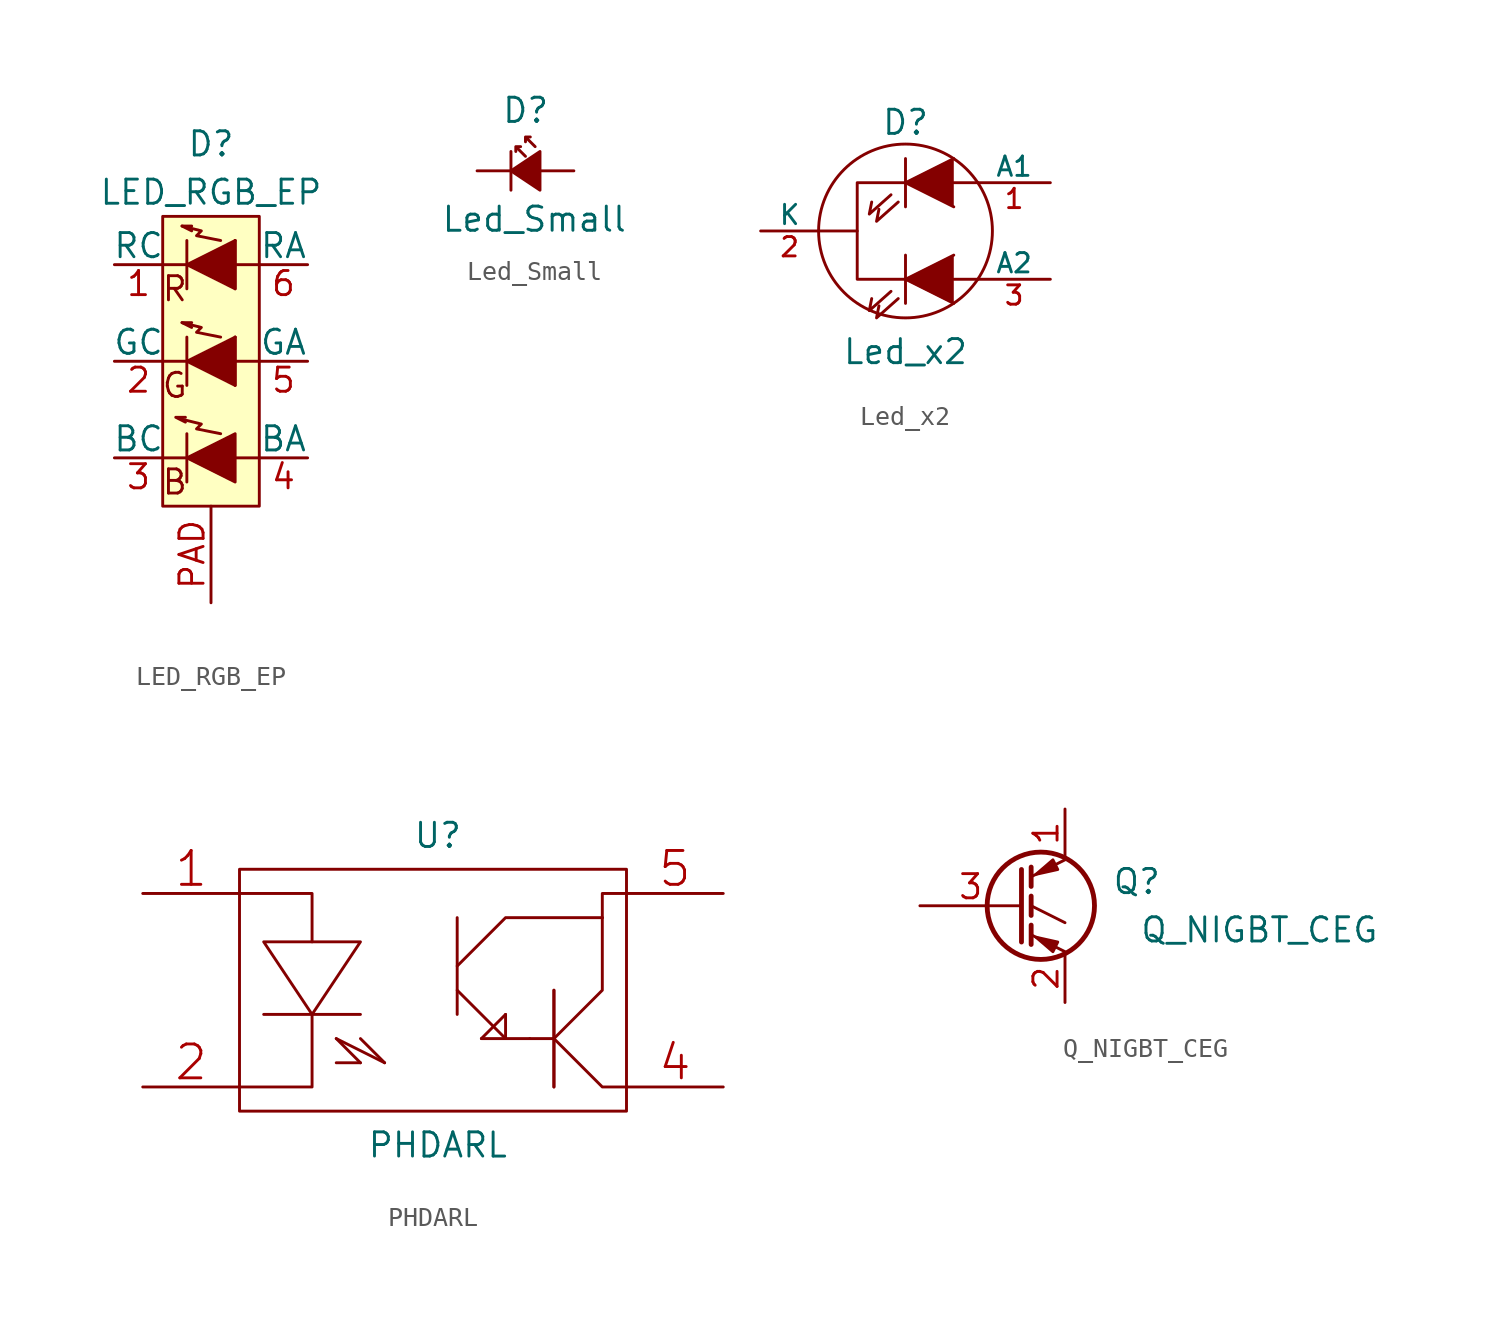
<source format=kicad_sym>
(kicad_symbol_lib
  (version 20211014)
  (generator kicad_symbol_editor)
  (symbol "LED_RGB_EP"
    (pin_names
      (offset 0))
    (property "Reference" "D"
      (at 0 11.43 0)
      (effects (font (size 1.27 1.27))))
    (property "Value" "LED_RGB_EP"
      (at 0 8.89 0)
      (effects (font (size 1.27 1.27))))
    (property "Footprint" ""
      (at 0 -1.27 0)
      (effects (font (size 1.27 1.27))))
    (property "Datasheet" ""
      (at 0 -1.27 0)
      (effects (font (size 1.27 1.27))))
    (symbol "LED_RGB_EP_0_0"
      (text "B" (at -1.905 -6.35 0) (effects (font (size 1.27 1.27))))
      (text "G" (at -1.905 -1.27 0) (effects (font (size 1.27 1.27))))
      (text "R" (at -1.905 3.81 0) (effects (font (size 1.27 1.27)))))
    (symbol "LED_RGB_EP_0_1"
      (polyline (pts (xy -1.27 -5.08) (xy -2.54 -5.08)) (stroke (width 0) (type default) (color 0 0 0 0)) (fill (type none)))
      (polyline (pts (xy -1.27 -3.81) (xy -1.27 -6.35)) (stroke (width 0) (type default) (color 0 0 0 0)) (fill (type none)))
      (polyline (pts (xy -1.27 0) (xy -2.54 0)) (stroke (width 0) (type default) (color 0 0 0 0)) (fill (type none)))
      (polyline (pts (xy -1.27 5.08) (xy -2.54 5.08)) (stroke (width 0) (type default) (color 0 0 0 0)) (fill (type none)))
      (polyline (pts (xy 1.27 -5.08) (xy 2.54 -5.08)) (stroke (width 0) (type default) (color 0 0 0 0)) (fill (type none)))
      (polyline (pts (xy 1.27 5.08) (xy 2.54 5.08)) (stroke (width 0) (type default) (color 0 0 0 0)) (fill (type none)))
      (polyline (pts (xy 2.54 0) (xy 1.27 0)) (stroke (width 0) (type default) (color 0 0 0 0)) (fill (type none)))
      (polyline (pts (xy -1.27 1.27) (xy -1.27 -1.27) (xy -1.27 -1.27)) (stroke (width 0) (type default) (color 0 0 0 0)) (fill (type none)))
      (polyline (pts (xy -1.27 6.35) (xy -1.27 3.81) (xy -1.27 3.81)) (stroke (width 0) (type default) (color 0 0 0 0)) (fill (type none)))
      (polyline (pts (xy -1.346 -2.946) (xy -1.854 -2.946) (xy -1.346 -3.2) (xy -1.346 -3.2)) (stroke (width 0) (type default) (color 0 0 0 0)) (fill (type none)))
      (polyline (pts (xy -1.016 2.032) (xy -1.524 2.032) (xy -1.016 1.778) (xy -1.016 1.778)) (stroke (width 0) (type default) (color 0 0 0 0)) (fill (type none)))
      (polyline (pts (xy -1.016 7.112) (xy -1.524 7.112) (xy -1.016 6.858) (xy -1.016 6.858)) (stroke (width 0) (type default) (color 0 0 0 0)) (fill (type none)))
      (polyline (pts (xy 0.508 -3.81) (xy -0.762 -3.556) (xy -0.508 -3.302) (xy -1.524 -3.048) (xy -1.524 -3.048)) (stroke (width 0) (type default) (color 0 0 0 0)) (fill (type none)))
      (polyline (pts (xy 1.27 -3.81) (xy 1.27 -6.35) (xy -1.27 -5.08) (xy 1.27 -3.81) (xy 1.27 -3.81)) (stroke (width 0) (type default) (color 0 0 0 0)) (fill (type outline)))
      (polyline (pts (xy 0.508 1.27) (xy -0.762 1.524) (xy -0.508 1.778) (xy -1.524 2.032) (xy -1.524 2.032) (xy -1.524 2.032)) (stroke (width 0) (type default) (color 0 0 0 0)) (fill (type none)))
      (polyline (pts (xy 0.508 6.35) (xy -0.762 6.604) (xy -0.508 6.858) (xy -1.524 7.112) (xy -1.524 7.112) (xy -1.524 7.112)) (stroke (width 0) (type default) (color 0 0 0 0)) (fill (type none)))
      (polyline (pts (xy 1.27 1.27) (xy 1.27 -1.27) (xy -1.27 0) (xy 1.27 1.27) (xy 1.27 1.27) (xy 1.27 1.27)) (stroke (width 0) (type default) (color 0 0 0 0)) (fill (type outline)))
      (polyline (pts (xy 1.27 6.35) (xy 1.27 3.81) (xy -1.27 5.08) (xy 1.27 6.35) (xy 1.27 6.35) (xy 1.27 6.35)) (stroke (width 0) (type default) (color 0 0 0 0)) (fill (type outline)))
      (rectangle (start 1.27 -1.27) (end 1.27 1.27) (stroke (width 0) (type default) (color 0 0 0 0)) (fill (type none)))
      (rectangle (start 1.27 1.27) (end 1.27 1.27) (stroke (width 0) (type default) (color 0 0 0 0)) (fill (type none)))
      (rectangle (start 1.27 3.81) (end 1.27 6.35) (stroke (width 0) (type default) (color 0 0 0 0)) (fill (type none)))
      (rectangle (start 1.27 6.35) (end 1.27 6.35) (stroke (width 0) (type default) (color 0 0 0 0)) (fill (type none)))
      (rectangle (start 2.54 7.62) (end -2.54 -7.62) (stroke (width 0) (type default) (color 0 0 0 0)) (fill (type background))))
    (symbol "LED_RGB_EP_1_1"
      (pin passive line (at -5.08 5.08 0) (length 2.54) (name "RC" (effects (font (size 1.27 1.27)))) (number "1" (effects (font (size 1.27 1.27)))))
      (pin passive line (at -5.08 0 0) (length 2.54) (name "GC" (effects (font (size 1.27 1.27)))) (number "2" (effects (font (size 1.27 1.27)))))
      (pin passive line (at -5.08 -5.08 0) (length 2.54) (name "BC" (effects (font (size 1.27 1.27)))) (number "3" (effects (font (size 1.27 1.27)))))
      (pin passive line (at 5.08 -5.08 180) (length 2.54) (name "BA" (effects (font (size 1.27 1.27)))) (number "4" (effects (font (size 1.27 1.27)))))
      (pin passive line (at 5.08 0 180) (length 2.54) (name "GA" (effects (font (size 1.27 1.27)))) (number "5" (effects (font (size 1.27 1.27)))))
      (pin passive line (at 5.08 5.08 180) (length 2.54) (name "RA" (effects (font (size 1.27 1.27)))) (number "6" (effects (font (size 1.27 1.27)))))
      (pin passive line (at 0 -12.7 90) (length 5.08) (name "~" (effects (font (size 1.27 1.27)))) (number "PAD" (effects (font (size 1.27 1.27)))))))
  (symbol "Led_Small"
    (pin_numbers hide)
    (pin_names
      (offset 0.254) hide)
    (property "Reference" "D"
      (at -1.27 3.175 0)
      (effects (font (size 1.27 1.27)) (justify left)))
    (property "Value" "Led_Small"
      (at -4.445 -2.54 0)
      (effects (font (size 1.27 1.27)) (justify left)))
    (property "Footprint" ""
      (at 0 0 90)
      (effects (font (size 1.524 1.524))))
    (property "Datasheet" ""
      (at 0 0 90)
      (effects (font (size 1.524 1.524))))
    (symbol "Led_Small_0_1"
      (polyline (pts (xy -0.762 -1.016) (xy -0.762 1.016)) (stroke (width 0) (type default) (color 0 0 0 0)) (fill (type none)))
      (polyline (pts (xy 0.762 -1.016) (xy -0.762 0) (xy 0.762 1.016) (xy 0.762 -1.016)) (stroke (width 0) (type default) (color 0 0 0 0)) (fill (type outline)))
      (polyline (pts (xy 0 0.762) (xy -0.508 1.27) (xy -0.254 1.27) (xy -0.508 1.27) (xy -0.508 1.016)) (stroke (width 0) (type default) (color 0 0 0 0)) (fill (type none)))
      (polyline (pts (xy 0.508 1.27) (xy 0 1.778) (xy 0.254 1.778) (xy 0 1.778) (xy 0 1.524)) (stroke (width 0) (type default) (color 0 0 0 0)) (fill (type none))))
    (symbol "Led_Small_1_1"
      (pin passive line (at -2.54 0 0) (length 1.778) (name "K" (effects (font (size 1.016 1.016)))) (number "1" (effects (font (size 1.016 1.016)))))
      (pin passive line (at 2.54 0 180) (length 1.778) (name "A" (effects (font (size 1.016 1.016)))) (number "2" (effects (font (size 1.016 1.016)))))))
  (symbol "Led_x2"
    (pin_names
      (offset 0))
    (property "Reference" "D"
      (at 0 5.715 0)
      (effects (font (size 1.27 1.27))))
    (property "Value" "Led_x2"
      (at 0 -6.35 0)
      (effects (font (size 1.27 1.27))))
    (property "Footprint" ""
      (at 0 0 0)
      (effects (font (size 1.524 1.524))))
    (property "Datasheet" ""
      (at 0 0 0)
      (effects (font (size 1.524 1.524))))
    (symbol "Led_x2_0_1"
      (polyline (pts (xy -4.572 0) (xy -2.54 0)) (stroke (width 0) (type default) (color 0 0 0 0)) (fill (type none)))
      (polyline (pts (xy 0 -1.27) (xy 0 -3.81)) (stroke (width 0) (type default) (color 0 0 0 0)) (fill (type none)))
      (polyline (pts (xy 0 3.81) (xy 0 1.27)) (stroke (width 0) (type default) (color 0 0 0 0)) (fill (type none)))
      (polyline (pts (xy 3.81 -2.54) (xy 2.54 -2.54)) (stroke (width 0) (type default) (color 0 0 0 0)) (fill (type none)))
      (polyline (pts (xy 3.81 2.54) (xy 2.54 2.54)) (stroke (width 0) (type default) (color 0 0 0 0)) (fill (type none)))
      (polyline (pts (xy -0.762 -3.175) (xy -1.905 -4.191) (xy -1.778 -3.556)) (stroke (width 0) (type default) (color 0 0 0 0)) (fill (type none)))
      (polyline (pts (xy -0.762 1.905) (xy -1.905 0.889) (xy -1.778 1.524)) (stroke (width 0) (type default) (color 0 0 0 0)) (fill (type none)))
      (polyline (pts (xy -0.381 -3.556) (xy -1.524 -4.572) (xy -1.397 -3.937)) (stroke (width 0) (type default) (color 0 0 0 0)) (fill (type none)))
      (polyline (pts (xy -0.381 1.524) (xy -1.524 0.508) (xy -1.397 1.143)) (stroke (width 0) (type default) (color 0 0 0 0)) (fill (type none)))
      (polyline (pts (xy 2.54 -1.27) (xy 0 -2.54) (xy 2.54 -3.81)) (stroke (width 0) (type default) (color 0 0 0 0)) (fill (type outline)))
      (polyline (pts (xy 2.54 3.81) (xy 0 2.54) (xy 2.54 1.27)) (stroke (width 0) (type default) (color 0 0 0 0)) (fill (type outline)))
      (polyline (pts (xy 0 2.54) (xy -2.54 2.54) (xy -2.54 -2.54) (xy 0 -2.54)) (stroke (width 0) (type default) (color 0 0 0 0)) (fill (type none)))
      (circle (center 0 0) (radius 4.572) (stroke (width 0) (type default) (color 0 0 0 0)) (fill (type none))))
    (symbol "Led_x2_1_1"
      (pin input line (at 7.62 2.54 180) (length 3.81) (name "A1" (effects (font (size 1.016 1.016)))) (number "1" (effects (font (size 1.016 1.016)))))
      (pin input line (at -7.62 0 0) (length 3.048) (name "K" (effects (font (size 1.016 1.016)))) (number "2" (effects (font (size 1.016 1.016)))))
      (pin input line (at 7.62 -2.54 180) (length 3.81) (name "A2" (effects (font (size 1.016 1.016)))) (number "3" (effects (font (size 1.016 1.016)))))))
  (symbol "PHDARL"
    (pin_names
      (offset 0.254))
    (property "Reference" "U"
      (at 0.254 8.128 0)
      (effects (font (size 1.27 1.27))))
    (property "Value" "PHDARL"
      (at 0.254 -8.128 0)
      (effects (font (size 1.27 1.27))))
    (property "Footprint" ""
      (at 0 0 0)
      (effects (font (size 1.524 1.524))))
    (property "Datasheet" ""
      (at 0 0 0)
      (effects (font (size 1.524 1.524))))
    (symbol "PHDARL_0_0"
      (polyline (pts (xy -8.89 -1.27) (xy -3.81 -1.27)) (stroke (width 0) (type default) (color 0 0 0 0)) (fill (type none)))
      (polyline (pts (xy -5.08 -2.54) (xy -3.81 -3.81)) (stroke (width 0) (type default) (color 0 0 0 0)) (fill (type none)))
      (polyline (pts (xy -5.08 -2.54) (xy -2.54 -3.81)) (stroke (width 0) (type default) (color 0 0 0 0)) (fill (type none)))
      (polyline (pts (xy 1.27 3.81) (xy 1.27 -1.27)) (stroke (width 0) (type default) (color 0 0 0 0)) (fill (type none)))
      (polyline (pts (xy 3.81 -1.27) (xy 2.54 -2.54)) (stroke (width 0) (type default) (color 0 0 0 0)) (fill (type none)))
      (polyline (pts (xy 5.08 -2.54) (xy 6.35 -2.54)) (stroke (width 0) (type default) (color 0 0 0 0)) (fill (type none)))
      (polyline (pts (xy 6.35 0) (xy 6.35 -5.08)) (stroke (width 0) (type default) (color 0 0 0 0)) (fill (type none)))
      (polyline (pts (xy 6.35 0) (xy 6.35 -5.08)) (stroke (width 0) (type default) (color 0 0 0 0)) (fill (type none)))
      (polyline (pts (xy -3.81 -3.81) (xy -3.81 -3.81) (xy -5.08 -3.81)) (stroke (width 0) (type default) (color 0 0 0 0)) (fill (type none)))
      (polyline (pts (xy -3.81 -2.54) (xy -2.54 -3.81) (xy -3.81 -2.54)) (stroke (width 0) (type default) (color 0 0 0 0)) (fill (type none)))
      (polyline (pts (xy 1.27 1.27) (xy 3.81 3.81) (xy 8.89 3.81)) (stroke (width 0) (type default) (color 0 0 0 0)) (fill (type none)))
      (polyline (pts (xy 2.54 -2.54) (xy 3.81 -2.54) (xy 3.81 -1.27)) (stroke (width 0) (type default) (color 0 0 0 0)) (fill (type none)))
      (polyline (pts (xy 6.35 -2.54) (xy 8.89 0) (xy 8.89 3.81)) (stroke (width 0) (type default) (color 0 0 0 0)) (fill (type none)))
      (polyline (pts (xy -8.89 2.54) (xy -3.81 2.54) (xy -6.35 -1.27) (xy -8.89 2.54)) (stroke (width 0) (type default) (color 0 0 0 0)) (fill (type none)))
      (polyline (pts (xy 1.27 0) (xy 3.81 -2.54) (xy 3.81 -2.54) (xy 5.08 -2.54)) (stroke (width 0) (type default) (color 0 0 0 0)) (fill (type none))))
    (symbol "PHDARL_0_1"
      (rectangle (start -10.16 6.35) (end 10.16 -6.35) (stroke (width 0) (type default) (color 0 0 0 0)) (fill (type none)))
      (polyline (pts (xy -10.16 -5.08) (xy -6.35 -5.08) (xy -6.35 -1.27)) (stroke (width 0) (type default) (color 0 0 0 0)) (fill (type none)))
      (polyline (pts (xy -10.16 5.08) (xy -6.35 5.08) (xy -6.35 2.54)) (stroke (width 0) (type default) (color 0 0 0 0)) (fill (type none)))
      (polyline (pts (xy 6.35 -2.54) (xy 8.89 -5.08) (xy 10.16 -5.08)) (stroke (width 0) (type default) (color 0 0 0 0)) (fill (type none)))
      (polyline (pts (xy 8.89 3.81) (xy 8.89 5.08) (xy 10.16 5.08)) (stroke (width 0) (type default) (color 0 0 0 0)) (fill (type none))))
    (symbol "PHDARL_1_1"
      (pin input line (at -15.24 5.08 0) (length 5.08) (name "~" (effects (font (size 1.778 1.778)))) (number "1" (effects (font (size 1.778 1.778)))))
      (pin input line (at -15.24 -5.08 0) (length 5.08) (name "~" (effects (font (size 1.778 1.778)))) (number "2" (effects (font (size 1.778 1.778)))))
      (pin passive line (at 15.24 -5.08 180) (length 5.08) (name "~" (effects (font (size 1.778 1.778)))) (number "4" (effects (font (size 1.778 1.778)))))
      (pin passive line (at 15.24 5.08 180) (length 5.08) (name "~" (effects (font (size 1.778 1.778)))) (number "5" (effects (font (size 1.778 1.778)))))))
  (symbol "Q_NIGBT_CEG"
    (pin_names
      (offset 0) hide)
    (property "Reference" "Q"
      (at 7.62 1.27 0)
      (effects (font (size 1.27 1.27)) (justify right)))
    (property "Value" "Q_NIGBT_CEG"
      (at 19.05 -1.27 0)
      (effects (font (size 1.27 1.27)) (justify right)))
    (property "Footprint" ""
      (at 5.08 2.54 0)
      (effects (font (size 0.737 0.737))))
    (property "Datasheet" ""
      (at 0 0 0)
      (effects (font (size 1.524 1.524))))
    (symbol "Q_NIGBT_CEG_0_1"
      (polyline (pts (xy 0.762 -1.016) (xy 0.762 -2.032)) (stroke (width 0.254) (type default) (color 0 0 0 0)) (fill (type none)))
      (polyline (pts (xy 0.762 0.508) (xy 0.762 -0.508)) (stroke (width 0.254) (type default) (color 0 0 0 0)) (fill (type none)))
      (polyline (pts (xy 0.762 2.032) (xy 0.762 1.016)) (stroke (width 0.254) (type default) (color 0 0 0 0)) (fill (type none)))
      (polyline (pts (xy 2.54 -2.413) (xy 0.762 -1.524)) (stroke (width 0) (type default) (color 0 0 0 0)) (fill (type none)))
      (polyline (pts (xy 2.54 -0.889) (xy 0.762 0)) (stroke (width 0) (type default) (color 0 0 0 0)) (fill (type none)))
      (polyline (pts (xy 2.54 2.413) (xy 0.762 1.524)) (stroke (width 0) (type default) (color 0 0 0 0)) (fill (type none)))
      (polyline (pts (xy 0.254 1.905) (xy 0.254 -1.905) (xy 0.254 -1.905)) (stroke (width 0.254) (type default) (color 0 0 0 0)) (fill (type none)))
      (polyline (pts (xy 2.159 -1.905) (xy 1.905 -2.413) (xy 1.016 -1.651) (xy 2.159 -1.905)) (stroke (width 0) (type default) (color 0 0 0 0)) (fill (type outline)))
      (polyline (pts (xy 2.159 1.905) (xy 1.905 2.413) (xy 1.016 1.651) (xy 2.159 1.905)) (stroke (width 0) (type default) (color 0 0 0 0)) (fill (type outline)))
      (circle (center 1.27 0) (radius 2.819) (stroke (width 0.254) (type default) (color 0 0 0 0)) (fill (type none))))
    (symbol "Q_NIGBT_CEG_1_1"
      (pin passive line (at 2.54 5.08 270) (length 2.54) (name "C" (effects (font (size 1.27 1.27)))) (number "1" (effects (font (size 1.27 1.27)))))
      (pin passive line (at 2.54 -5.08 90) (length 2.54) (name "E" (effects (font (size 1.27 1.27)))) (number "2" (effects (font (size 1.27 1.27)))))
      (pin input line (at -5.08 0 0) (length 5.334) (name "G" (effects (font (size 1.27 1.27)))) (number "3" (effects (font (size 1.27 1.27))))))))
</source>
